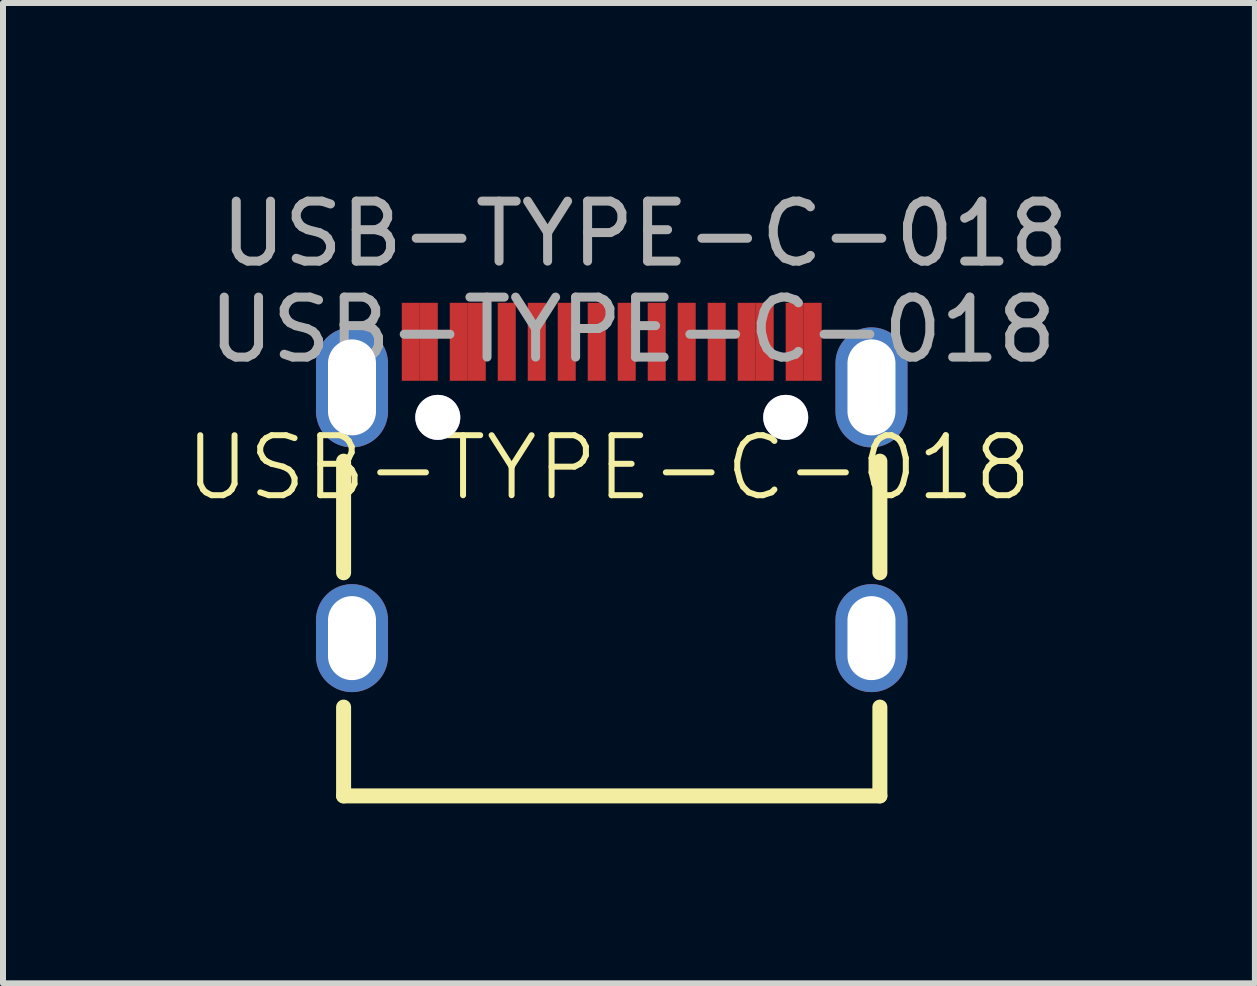
<source format=kicad_pcb>
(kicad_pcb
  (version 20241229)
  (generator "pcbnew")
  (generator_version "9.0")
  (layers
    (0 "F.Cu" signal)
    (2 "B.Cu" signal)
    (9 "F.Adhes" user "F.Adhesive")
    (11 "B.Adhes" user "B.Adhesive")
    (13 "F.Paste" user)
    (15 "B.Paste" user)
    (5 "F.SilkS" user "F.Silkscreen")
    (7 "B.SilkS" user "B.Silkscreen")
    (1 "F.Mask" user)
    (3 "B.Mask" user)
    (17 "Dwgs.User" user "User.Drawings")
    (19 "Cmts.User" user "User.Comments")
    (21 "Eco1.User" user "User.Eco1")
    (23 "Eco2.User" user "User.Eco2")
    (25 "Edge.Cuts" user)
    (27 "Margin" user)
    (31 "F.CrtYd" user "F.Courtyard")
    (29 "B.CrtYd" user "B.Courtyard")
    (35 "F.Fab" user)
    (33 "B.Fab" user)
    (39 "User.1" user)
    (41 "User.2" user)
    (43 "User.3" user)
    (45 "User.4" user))
  (footprint "USB-TYPE-C-018"
    (layer "F.Cu")
    (at 7.098 5.248)
    (property "Reference" "USB-TYPE-C-018" (at 0 -0.5 0) (unlocked yes) (layer "F.SilkS") (effects (font (size 1 1) (thickness 0.1))))
    (attr smd)
    (fp_line (start -4.42 1.25) (end -4.42 -0.61) (stroke (width 0.25) (type solid)) (layer "F.SilkS"))
    (fp_line (start -4.42 4.97) (end -4.42 3.49) (stroke (width 0.25) (type solid)) (layer "F.SilkS"))
    (fp_line (start 4.52 1.25) (end 4.52 -0.61) (stroke (width 0.25) (type solid)) (layer "F.SilkS"))
    (fp_line (start 4.52 4.97) (end -4.42 4.97) (stroke (width 0.25) (type solid)) (layer "F.SilkS"))
    (fp_line (start 4.52 4.97) (end 4.52 3.49) (stroke (width 0.25) (type solid)) (layer "F.SilkS"))
    (fp_circle (center -2.85 -1.34) (end -2.73 -1.34) (stroke (width 0.25) (type solid)) (fill no) (layer "Cmts.User"))
    (fp_circle (center 2.95 -1.34) (end 3.07 -1.34) (stroke (width 0.25) (type solid)) (fill no) (layer "Cmts.User"))
    (fp_circle (center -4.43 -2.89) (end -4.4 -2.89) (stroke (width 0.06) (type solid)) (fill no) (layer "F.Fab"))
    (fp_text user "${REFERENCE}" (at 0.6 -4.4 180) (layer "F.Fab") (effects (font (size 1 1) (thickness 0.15))))
    (fp_text user "${REFERENCE}" (at 0.4 -2.8 0) (unlocked yes) (layer "F.Fab") (effects (font (size 1 1) (thickness 0.15))))
    (pad "" thru_hole circle (at -2.85 -1.34) (size 0.75 0.75) (drill 0.75) (layers "*.Cu" "*.Mask"))
    (pad "" thru_hole circle (at 2.95 -1.34) (size 0.75 0.75) (drill 0.75) (layers "*.Cu" "*.Mask"))
    (pad "0" thru_hole oval (at -4.28 -1.84) (size 1.2 2) (drill oval 0.8 1.6) (layers "*.Cu" "*.Mask"))
    (pad "1" thru_hole oval (at 4.38 -1.84) (size 1.2 2) (drill oval 0.8 1.6) (layers "*.Cu" "*.Mask"))
    (pad "2" thru_hole oval (at 4.38 2.34) (size 1.2 1.8) (drill oval 0.8 1.4) (layers "*.Cu" "*.Mask"))
    (pad "3" thru_hole oval (at -4.28 2.34) (size 1.2 1.8) (drill oval 0.8 1.4) (layers "*.Cu" "*.Mask"))
    (pad "A1" smd rect (at -3.3 -2.6) (size 0.3 1.3) (layers "F.Cu" "F.Mask" "F.Paste"))
    (pad "A4" smd rect (at -2.5 -2.6) (size 0.3 1.3) (layers "F.Cu" "F.Mask" "F.Paste"))
    (pad "A5" smd rect (at -1.2 -2.6) (size 0.3 1.3) (layers "F.Cu" "F.Mask" "F.Paste"))
    (pad "A6" smd rect (at -0.2 -2.6) (size 0.3 1.3) (layers "F.Cu" "F.Mask" "F.Paste"))
    (pad "A7" smd rect (at 0.3 -2.6) (size 0.3 1.3) (layers "F.Cu" "F.Mask" "F.Paste"))
    (pad "A8" smd rect (at 1.3 -2.6) (size 0.3 1.3) (layers "F.Cu" "F.Mask" "F.Paste"))
    (pad "A9" smd rect (at 2.6 -2.6) (size 0.3 1.3) (layers "F.Cu" "F.Mask" "F.Paste"))
    (pad "A12" smd rect (at 3.4 -2.6) (size 0.3 1.3) (layers "F.Cu" "F.Mask" "F.Paste"))
    (pad "B1" smd rect (at 3.1 -2.6) (size 0.3 1.3) (layers "F.Cu" "F.Mask" "F.Paste"))
    (pad "B4" smd rect (at 2.3 -2.6) (size 0.3 1.3) (layers "F.Cu" "F.Mask" "F.Paste"))
    (pad "B5" smd rect (at 1.8 -2.6) (size 0.3 1.3) (layers "F.Cu" "F.Mask" "F.Paste"))
    (pad "B6" smd rect (at 0.8 -2.6) (size 0.3 1.3) (layers "F.Cu" "F.Mask" "F.Paste"))
    (pad "B7" smd rect (at -0.7 -2.6) (size 0.3 1.3) (layers "F.Cu" "F.Mask" "F.Paste"))
    (pad "B8" smd rect (at -1.7 -2.6) (size 0.3 1.3) (layers "F.Cu" "F.Mask" "F.Paste"))
    (pad "B9" smd rect (at -2.2 -2.6) (size 0.3 1.3) (layers "F.Cu" "F.Mask" "F.Paste"))
    (pad "B12" smd rect (at -3 -2.6) (size 0.3 1.3) (layers "F.Cu" "F.Mask" "F.Paste")))
  (gr_rect
    (start -3 -3)
    (end 17.87 13.343)
    (stroke (width 0.1) (type default))
    (fill no)
    (layer "Edge.Cuts")))
</source>
